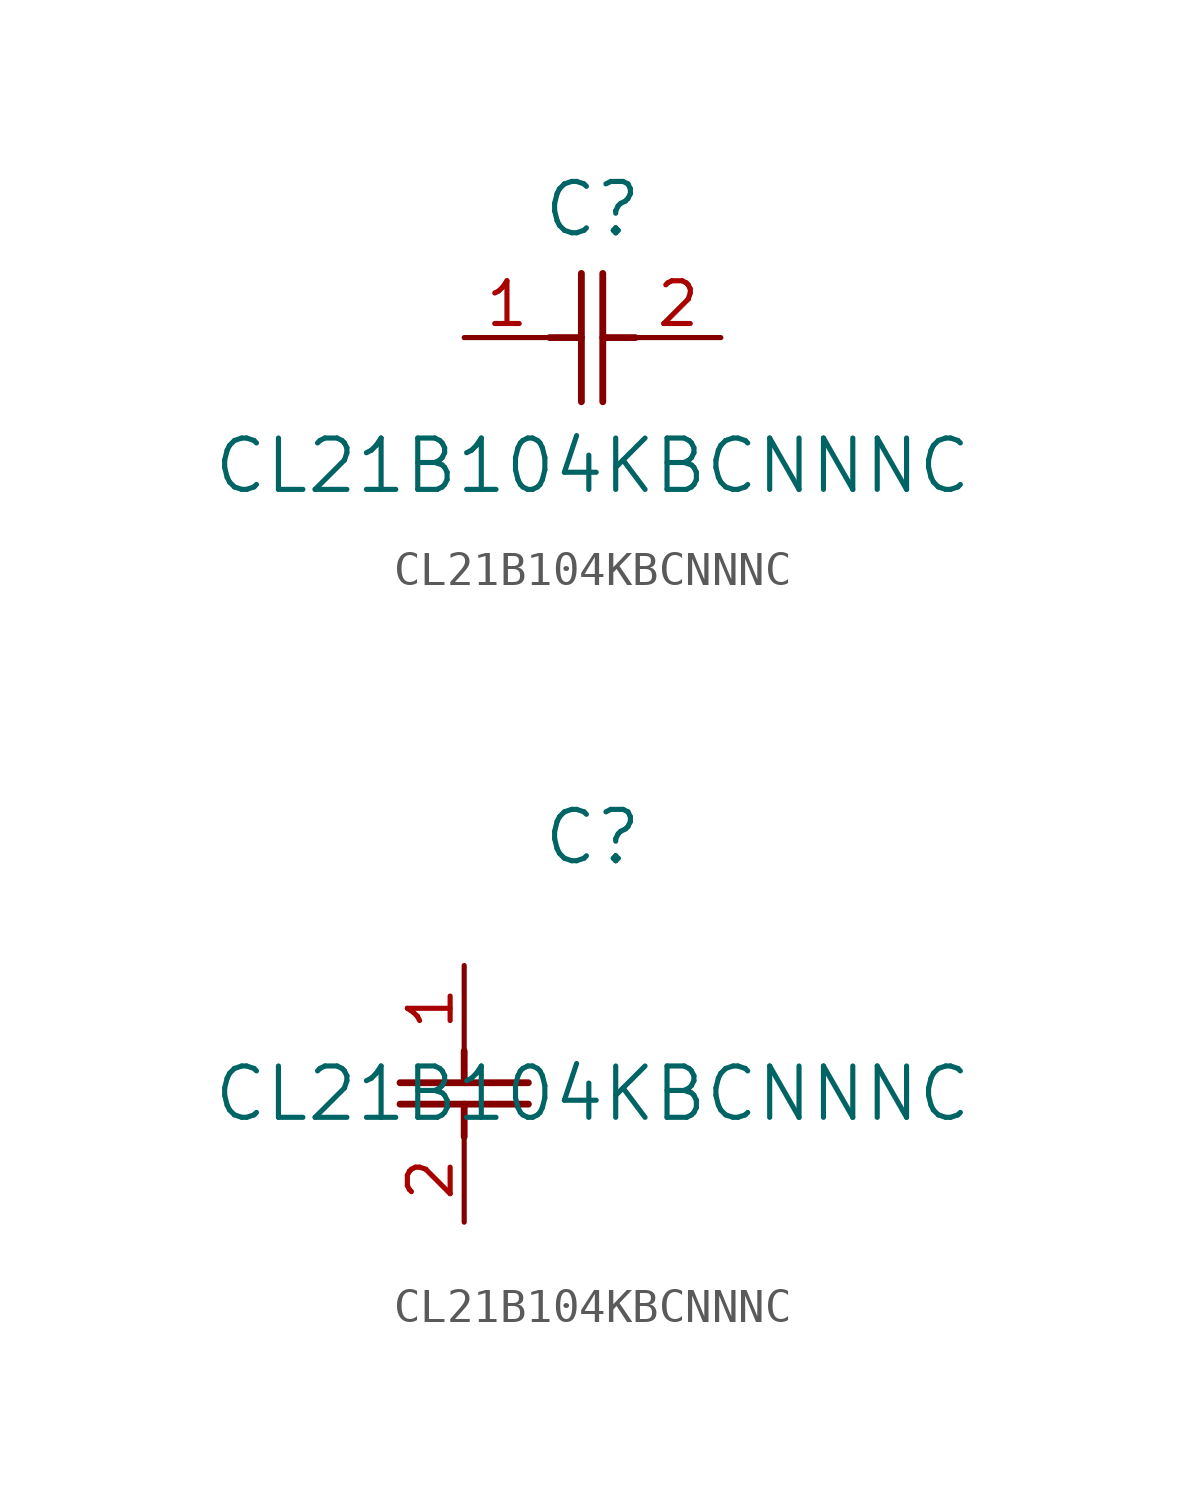
<source format=kicad_sym>
(kicad_symbol_lib
  (version 20241209)
  (generator "kicad_symbol_editor")
  (generator_version "9.0")
  (symbol "CL21B104KBCNNNC"
    (pin_names
      (offset 0.254))
    (property "Reference" "C"
      (at 3.81 3.81 0)
      (effects (font (size 1.524 1.524))))
    (property "Value" "CL21B104KBCNNNC"
      (at 3.81 -3.81 0)
      (effects (font (size 1.524 1.524))))
    (symbol "CL21B104KBCNNNC_1_1"
      (polyline (pts (xy 2.54 0) (xy 3.48 0)) (stroke (width 0.203) (type default)) (fill (type none)))
      (polyline (pts (xy 3.48 -1.905) (xy 3.48 1.905)) (stroke (width 0.203) (type default)) (fill (type none)))
      (polyline (pts (xy 4.115 0) (xy 5.08 0)) (stroke (width 0.203) (type default)) (fill (type none)))
      (polyline (pts (xy 4.115 -1.905) (xy 4.115 1.905)) (stroke (width 0.203) (type default)) (fill (type none)))
      (pin unspecified line (at 0 0 0) (length 2.54) (name "" (effects (font (size 1.27 1.27)))) (number "1" (effects (font (size 1.27 1.27)))))
      (pin unspecified line (at 7.62 0 180) (length 2.54) (name "" (effects (font (size 1.27 1.27)))) (number "2" (effects (font (size 1.27 1.27))))))
    (symbol "CL21B104KBCNNNC_1_2"
      (polyline (pts (xy -1.905 -3.48) (xy 1.905 -3.48)) (stroke (width 0.203) (type default)) (fill (type none)))
      (polyline (pts (xy -1.905 -4.115) (xy 1.905 -4.115)) (stroke (width 0.203) (type default)) (fill (type none)))
      (polyline (pts (xy 0 -2.54) (xy 0 -3.48)) (stroke (width 0.203) (type default)) (fill (type none)))
      (polyline (pts (xy 0 -4.115) (xy 0 -5.08)) (stroke (width 0.203) (type default)) (fill (type none)))
      (pin unspecified line (at 0 0 270) (length 2.54) (name "" (effects (font (size 1.27 1.27)))) (number "1" (effects (font (size 1.27 1.27)))))
      (pin unspecified line (at 0 -7.62 90) (length 2.54) (name "" (effects (font (size 1.27 1.27)))) (number "2" (effects (font (size 1.27 1.27))))))))
</source>
